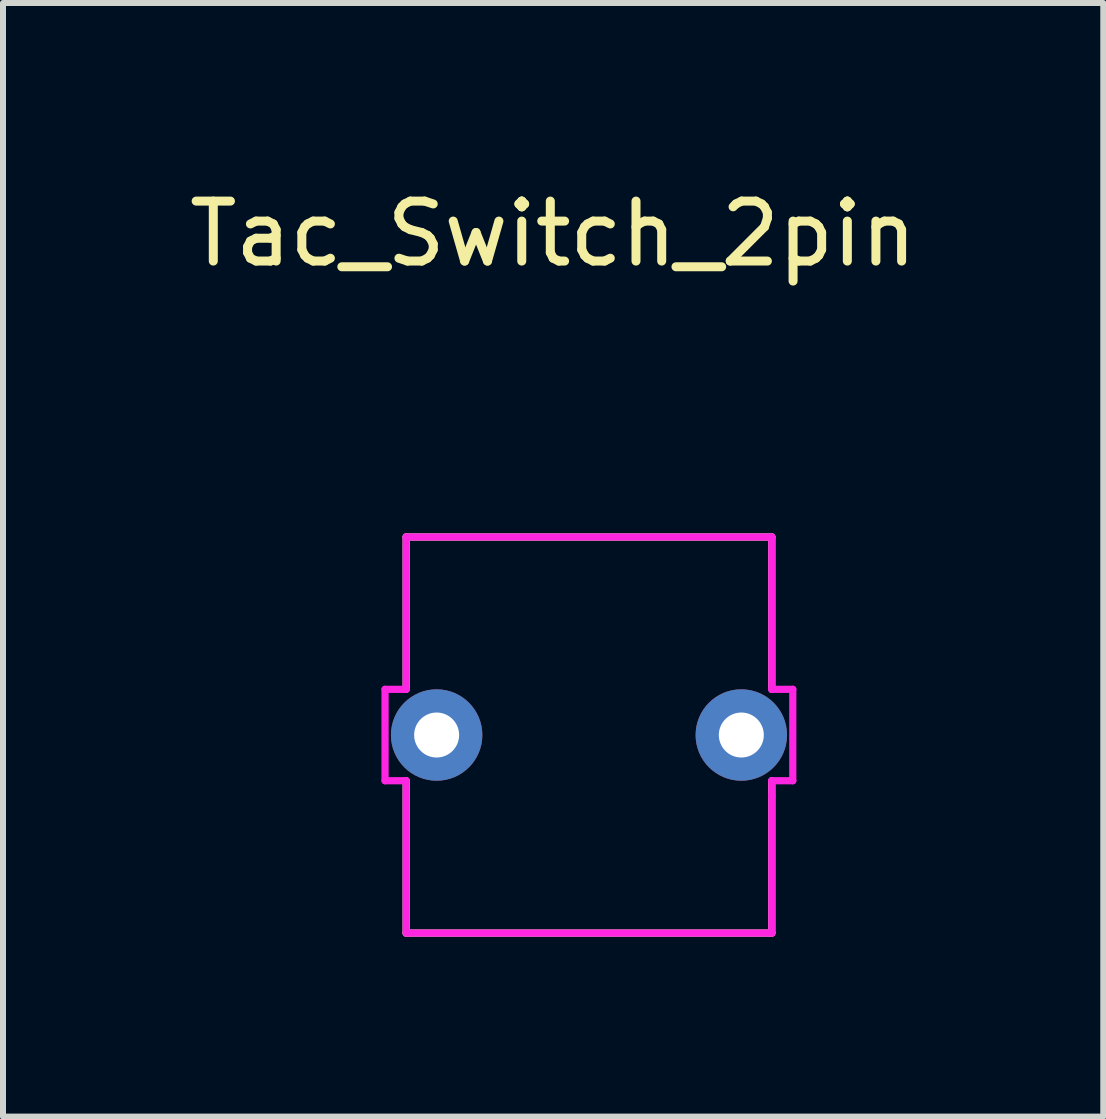
<source format=kicad_pcb>
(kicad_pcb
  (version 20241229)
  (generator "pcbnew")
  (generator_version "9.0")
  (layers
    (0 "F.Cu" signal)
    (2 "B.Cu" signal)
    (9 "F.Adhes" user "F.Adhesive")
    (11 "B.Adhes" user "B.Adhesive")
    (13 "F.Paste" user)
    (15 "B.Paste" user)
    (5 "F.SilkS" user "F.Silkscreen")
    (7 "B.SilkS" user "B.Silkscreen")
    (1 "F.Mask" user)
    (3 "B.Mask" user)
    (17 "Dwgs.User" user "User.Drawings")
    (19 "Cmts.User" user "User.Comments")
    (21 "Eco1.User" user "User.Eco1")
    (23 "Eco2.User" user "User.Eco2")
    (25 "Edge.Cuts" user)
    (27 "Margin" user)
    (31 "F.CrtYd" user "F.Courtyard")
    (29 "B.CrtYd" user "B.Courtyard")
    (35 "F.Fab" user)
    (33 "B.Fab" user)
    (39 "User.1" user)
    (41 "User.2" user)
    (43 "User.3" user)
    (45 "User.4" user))
  (footprint "Tac_Switch_2pin"
    (layer "F.Cu")
    (at 6.77 9.205)
    (property "Reference" "Tac_Switch_2pin" (at -0.597 -8.357 0) (layer "F.SilkS") (effects (font (size 1 1) (thickness 0.15))))
    (attr through_hole)
    (fp_line (start -3.048 -3.302) (end 3.048 -3.302) (stroke (width 0.12) (type solid)) (layer "F.SilkS"))
    (fp_line (start -3.048 -0.762) (end -3.048 -3.302) (stroke (width 0.12) (type solid)) (layer "F.SilkS"))
    (fp_line (start -3.048 3.302) (end -3.048 0.762) (stroke (width 0.12) (type solid)) (layer "F.SilkS"))
    (fp_line (start 3.048 -3.302) (end 3.048 -0.762) (stroke (width 0.12) (type solid)) (layer "F.SilkS"))
    (fp_line (start 3.048 0.762) (end 3.048 3.302) (stroke (width 0.12) (type solid)) (layer "F.SilkS"))
    (fp_line (start 3.048 3.302) (end -3.048 3.302) (stroke (width 0.12) (type solid)) (layer "F.SilkS"))
    (fp_line (start -3.4 -0.762) (end -3.4 0.762) (stroke (width 0.12) (type solid)) (layer "F.CrtYd"))
    (fp_line (start -3.4 -0.762) (end -3.05 -0.762) (stroke (width 0.12) (type solid)) (layer "F.CrtYd"))
    (fp_line (start -3.4 0.762) (end -3.05 0.762) (stroke (width 0.12) (type solid)) (layer "F.CrtYd"))
    (fp_line (start -3.048 -3.302) (end 3.048 -3.302) (stroke (width 0.12) (type solid)) (layer "F.CrtYd"))
    (fp_line (start -3.048 -0.762) (end -3.048 -3.302) (stroke (width 0.12) (type solid)) (layer "F.CrtYd"))
    (fp_line (start -3.048 0.762) (end -3.048 3.302) (stroke (width 0.12) (type solid)) (layer "F.CrtYd"))
    (fp_line (start -3.048 3.302) (end 3.048 3.302) (stroke (width 0.12) (type solid)) (layer "F.CrtYd"))
    (fp_line (start 3.048 -3.302) (end 3.048 -0.762) (stroke (width 0.12) (type solid)) (layer "F.CrtYd"))
    (fp_line (start 3.048 -0.762) (end 3.398 -0.762) (stroke (width 0.12) (type solid)) (layer "F.CrtYd"))
    (fp_line (start 3.048 0.762) (end 3.398 0.762) (stroke (width 0.12) (type solid)) (layer "F.CrtYd"))
    (fp_line (start 3.048 1.016) (end 3.048 0.762) (stroke (width 0.12) (type solid)) (layer "F.CrtYd"))
    (fp_line (start 3.048 3.302) (end 3.048 1.016) (stroke (width 0.12) (type solid)) (layer "F.CrtYd"))
    (fp_line (start 3.398 -0.762) (end 3.398 0.762) (stroke (width 0.12) (type solid)) (layer "F.CrtYd"))
    (pad "1" thru_hole circle (at -2.54 0) (size 1.524 1.524) (drill 0.75) (layers "*.Cu" "*.Mask"))
    (pad "2" thru_hole circle (at 2.54 0) (size 1.524 1.524) (drill 0.75) (layers "*.Cu" "*.Mask")))
  (gr_rect
    (start -3 -3)
    (end 15.345 15.567)
    (stroke (width 0.1) (type default))
    (fill no)
    (layer "Edge.Cuts")))
</source>
